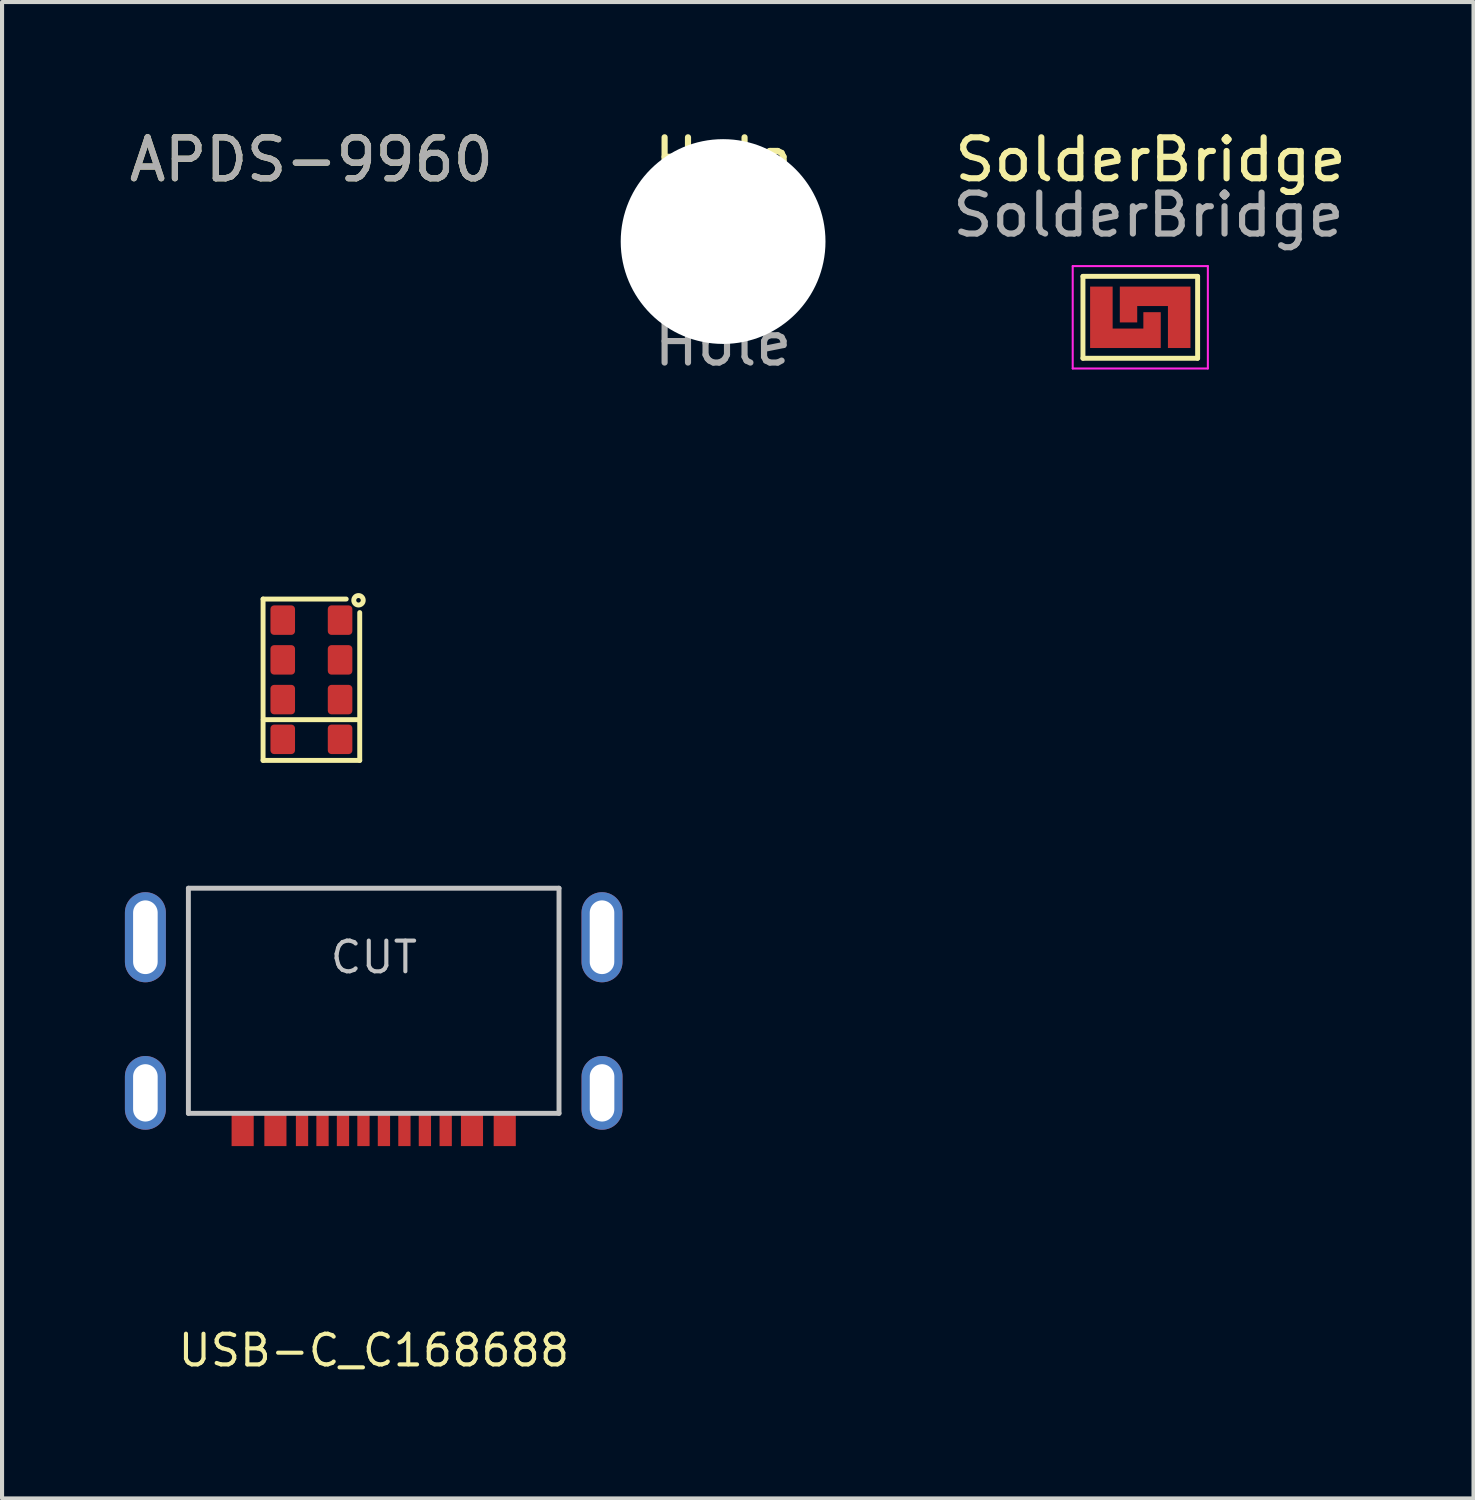
<source format=kicad_pcb>
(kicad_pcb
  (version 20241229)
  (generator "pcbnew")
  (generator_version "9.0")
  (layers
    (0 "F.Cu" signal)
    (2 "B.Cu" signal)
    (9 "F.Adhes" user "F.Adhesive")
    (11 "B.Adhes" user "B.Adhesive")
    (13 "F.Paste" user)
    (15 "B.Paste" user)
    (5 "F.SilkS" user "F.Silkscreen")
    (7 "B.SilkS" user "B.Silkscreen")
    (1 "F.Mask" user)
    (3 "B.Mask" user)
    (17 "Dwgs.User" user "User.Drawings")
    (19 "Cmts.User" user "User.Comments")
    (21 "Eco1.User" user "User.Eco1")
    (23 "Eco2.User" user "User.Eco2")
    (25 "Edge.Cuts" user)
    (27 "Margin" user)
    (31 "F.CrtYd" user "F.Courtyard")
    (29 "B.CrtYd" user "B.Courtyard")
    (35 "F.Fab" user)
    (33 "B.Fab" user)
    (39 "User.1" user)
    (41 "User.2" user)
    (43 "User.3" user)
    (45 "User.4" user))
  (footprint "SolderBridge"
    (layer "F.Cu")
    (at 24.794 4.698)
    (property "Reference" "SolderBridge" (at 0.25 -3.85 0) (unlocked yes) (layer "F.SilkS") (effects (font (size 1 1) (thickness 0.15))))
    (attr smd)
    (fp_line (start -1.4 -1) (end 1.4 -1) (stroke (width 0.12) (type solid)) (layer "F.SilkS"))
    (fp_line (start -1.4 1) (end -1.4 -1) (stroke (width 0.12) (type solid)) (layer "F.SilkS"))
    (fp_line (start 1.4 -1) (end 1.4 1) (stroke (width 0.12) (type solid)) (layer "F.SilkS"))
    (fp_line (start 1.4 1) (end -1.4 1) (stroke (width 0.12) (type solid)) (layer "F.SilkS"))
    (fp_line (start -1.65 -1.25) (end -1.65 1.25) (stroke (width 0.05) (type solid)) (layer "F.CrtYd"))
    (fp_line (start -1.65 -1.25) (end 1.65 -1.25) (stroke (width 0.05) (type solid)) (layer "F.CrtYd"))
    (fp_line (start 1.65 1.25) (end -1.65 1.25) (stroke (width 0.05) (type solid)) (layer "F.CrtYd"))
    (fp_line (start 1.65 1.25) (end 1.65 -1.25) (stroke (width 0.05) (type solid)) (layer "F.CrtYd"))
    (fp_text user "${REFERENCE}" (at 0.2 -2.5 0) (unlocked yes) (layer "F.Fab") (effects (font (size 1 1) (thickness 0.15))))
    (pad "1" smd custom (at -0.975 -0.5) (size 0.3 0.3) (layers "F.Cu" "F.Mask") (options (anchor rect)) (primitives (gr_poly (pts (xy -0.25 -0.25) (xy 0.3 -0.25) (xy 0.3 0.775) (xy 1.05 0.775) (xy 1.05 0.375) (xy 1.475 0.375) (xy 1.475 1.25) (xy -0.25 1.25)) (width 0) (fill yes))))
    (pad "2" smd custom (at 0.975 0.5 180) (size 0.3 0.3) (layers "F.Cu" "F.Mask") (options (anchor rect)) (primitives (gr_poly (pts (xy -0.25 -0.25) (xy 0.3 -0.25) (xy 0.3 0.775) (xy 1.05 0.775) (xy 1.05 0.375) (xy 1.475 0.375) (xy 1.475 1.25) (xy -0.25 1.25)) (width 0) (fill yes)))))
  (footprint "Hole"
    (layer "F.Cu")
    (at 14.607 2.848)
    (property "Reference" "Hole" (at 0 -2 0) (unlocked yes) (layer "F.SilkS") (effects (font (size 1 1) (thickness 0.15))))
    (attr smd)
    (fp_text user "${REFERENCE}" (at 0 2.5 0) (unlocked yes) (layer "F.Fab") (effects (font (size 1 1) (thickness 0.15))))
    (pad "" np_thru_hole circle (at 0 0) (size 5 5) (drill 5) (layers "*.Cu" "*.Mask")))
  (footprint "USB-C_C168688"
    (layer "F.Cu")
    (at 6.08 24.136)
    (property "Reference" "USB-C_C168688" (at 0 5.789 0) (layer "F.SilkS") (effects (font (size 0.75 0.75) (thickness 0.1))))
    (attr through_hole)
    (fp_line (start -4.53 -5.497) (end -4.53 0) (stroke (width 0.12) (type solid)) (layer "Dwgs.User"))
    (fp_line (start -4.53 -5.497) (end 4.52 -5.497) (stroke (width 0.12) (type solid)) (layer "Dwgs.User"))
    (fp_line (start -4.53 0) (end 4.52 0) (stroke (width 0.12) (type solid)) (layer "Dwgs.User"))
    (fp_line (start 4.52 -5.497) (end 4.52 0) (stroke (width 0.12) (type solid)) (layer "Dwgs.User"))
    (fp_text user "CUT" (at 0 -3.81 0) (layer "Dwgs.User") (effects (font (size 0.75 0.75) (thickness 0.1))))
    (pad "A1" smd rect (at -3.205 0.4) (size 0.54 0.8) (layers "F.Cu" "F.Mask" "F.Paste"))
    (pad "A1" smd rect (at 3.195 0.4) (size 0.54 0.8) (layers "F.Cu" "F.Mask" "F.Paste"))
    (pad "A4" smd rect (at -2.405 0.4) (size 0.54 0.8) (layers "F.Cu" "F.Mask" "F.Paste"))
    (pad "A4" smd rect (at 2.395 0.4) (size 0.54 0.8) (layers "F.Cu" "F.Mask" "F.Paste"))
    (pad "A5" smd rect (at 1.245 0.4) (size 0.3 0.8) (layers "F.Cu" "F.Mask" "F.Paste"))
    (pad "A6" smd rect (at 0.245 0.4) (size 0.3 0.8) (layers "F.Cu" "F.Mask" "F.Paste"))
    (pad "A7" smd rect (at -0.255 0.4) (size 0.3 0.8) (layers "F.Cu" "F.Mask" "F.Paste"))
    (pad "A8" smd rect (at -1.255 0.4) (size 0.3 0.8) (layers "F.Cu" "F.Mask" "F.Paste"))
    (pad "B5" smd rect (at -1.755 0.4) (size 0.3 0.8) (layers "F.Cu" "F.Mask" "F.Paste"))
    (pad "B6" smd rect (at -0.755 0.4) (size 0.3 0.8) (layers "F.Cu" "F.Mask" "F.Paste"))
    (pad "B7" smd rect (at 0.745 0.4) (size 0.3 0.8) (layers "F.Cu" "F.Mask" "F.Paste"))
    (pad "B8" smd rect (at 1.753 0.4) (size 0.3 0.8) (layers "F.Cu" "F.Mask" "F.Paste"))
    (pad "S1" thru_hole oval (at -5.58 -4.3) (size 1 2.2) (drill oval 0.6 1.8) (layers "*.Cu" "*.Mask"))
    (pad "S2" thru_hole oval (at 5.57 -4.3) (size 1 2.2) (drill oval 0.6 1.8) (layers "*.Cu" "*.Mask"))
    (pad "S3" thru_hole oval (at 5.571 -0.5) (size 1 1.8) (drill oval 0.6 1.4) (layers "*.Cu" "*.Mask"))
    (pad "S4" thru_hole oval (at -5.58 -0.5) (size 1 1.8) (drill oval 0.6 1.4) (layers "*.Cu" "*.Mask")))
  (footprint "APDS-9960"
    (layer "F.Cu")
    (at 4.554 13.548)
    (property "Reference" "APDS-9960" (at 0 -12.7 0) (unlocked yes) (layer "F.SilkS") (effects (font (size 1 1) (thickness 0.15))))
    (attr smd)
    (fp_line (start -1.18 -1.97) (end -1.18 1.97) (stroke (width 0.12) (type solid)) (layer "F.SilkS"))
    (fp_line (start 0.85 -1.97) (end -1.18 -1.97) (stroke (width 0.12) (type solid)) (layer "F.SilkS"))
    (fp_line (start 1.175 0.975) (end -1.175 0.975) (stroke (width 0.12) (type solid)) (layer "F.SilkS"))
    (fp_line (start 1.18 -1.64) (end 1.18 1.97) (stroke (width 0.12) (type solid)) (layer "F.SilkS"))
    (fp_line (start 1.18 1.97) (end -1.18 1.97) (stroke (width 0.12) (type solid)) (layer "F.SilkS"))
    (fp_circle (center 1.15 -1.94) (end 1.175 -1.89) (stroke (width 0.12) (type solid)) (fill no) (layer "F.SilkS"))
    (fp_text user "${REFERENCE}" (at 0 -12.7 0) (unlocked yes) (layer "F.Fab") (effects (font (size 1 1) (thickness 0.15))))
    (pad "1" smd roundrect (at 0.7 -1.455) (size 0.6 0.72) (layers "F.Cu" "F.Mask" "F.Paste") (roundrect_rratio 0.15))
    (pad "2" smd roundrect (at 0.7 -0.485) (size 0.6 0.72) (layers "F.Cu" "F.Mask" "F.Paste") (roundrect_rratio 0.15))
    (pad "3" smd roundrect (at 0.7 0.485) (size 0.6 0.72) (layers "F.Cu" "F.Mask" "F.Paste") (roundrect_rratio 0.15))
    (pad "4" smd roundrect (at 0.7 1.455) (size 0.6 0.72) (layers "F.Cu" "F.Mask" "F.Paste") (roundrect_rratio 0.15))
    (pad "5" smd roundrect (at -0.7 1.455) (size 0.6 0.72) (layers "F.Cu" "F.Mask" "F.Paste") (roundrect_rratio 0.15))
    (pad "6" smd roundrect (at -0.7 0.485) (size 0.6 0.72) (layers "F.Cu" "F.Mask" "F.Paste") (roundrect_rratio 0.15))
    (pad "7" smd roundrect (at -0.7 -0.485) (size 0.6 0.72) (layers "F.Cu" "F.Mask" "F.Paste") (roundrect_rratio 0.15))
    (pad "8" smd roundrect (at -0.7 -1.455) (size 0.6 0.72) (layers "F.Cu" "F.Mask" "F.Paste") (roundrect_rratio 0.15)))
  (gr_rect
    (start -3 -3)
    (end 32.931 33.539)
    (stroke (width 0.1) (type default))
    (fill no)
    (layer "Edge.Cuts")))
</source>
